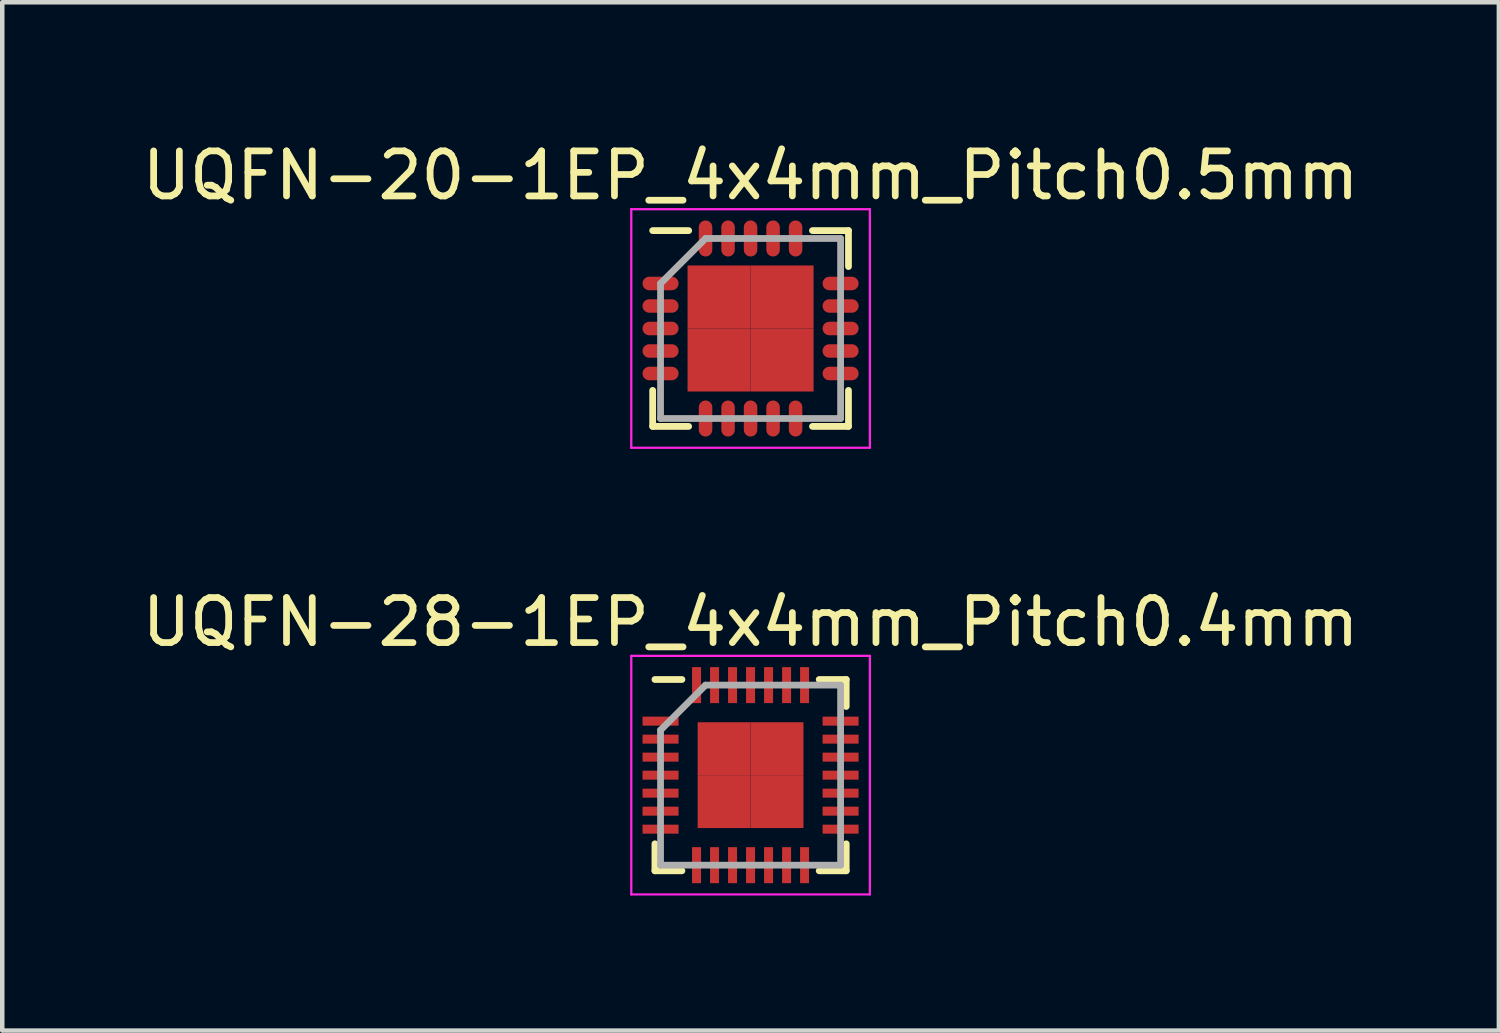
<source format=kicad_pcb>
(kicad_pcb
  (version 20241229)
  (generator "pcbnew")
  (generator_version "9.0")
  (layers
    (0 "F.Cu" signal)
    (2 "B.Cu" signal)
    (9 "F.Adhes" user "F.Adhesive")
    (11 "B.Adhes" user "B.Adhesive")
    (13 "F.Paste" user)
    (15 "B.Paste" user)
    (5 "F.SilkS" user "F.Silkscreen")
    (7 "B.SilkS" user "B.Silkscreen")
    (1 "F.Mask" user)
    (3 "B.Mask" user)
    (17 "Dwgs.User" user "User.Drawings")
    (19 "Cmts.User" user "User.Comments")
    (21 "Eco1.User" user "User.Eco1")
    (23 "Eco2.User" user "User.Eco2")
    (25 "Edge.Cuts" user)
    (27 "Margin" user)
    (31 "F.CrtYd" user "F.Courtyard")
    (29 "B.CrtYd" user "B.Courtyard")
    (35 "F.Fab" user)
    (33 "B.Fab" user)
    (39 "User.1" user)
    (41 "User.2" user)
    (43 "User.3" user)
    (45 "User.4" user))
  (footprint "UQFN-20-1EP_4x4mm_Pitch0.5mm"
    (layer "F.Cu")
    (at 13.625 4.248)
    (property "Reference" "UQFN-20-1EP_4x4mm_Pitch0.5mm" (at 0 -3.4 0) (layer "F.SilkS") (effects (font (size 1 1) (thickness 0.15))))
    (attr smd)
    (fp_line (start -2.175 -2.175) (end -1.375 -2.175) (stroke (width 0.15) (type solid)) (layer "F.SilkS"))
    (fp_line (start -2.175 2.175) (end -2.175 1.375) (stroke (width 0.15) (type solid)) (layer "F.SilkS"))
    (fp_line (start -2.175 2.175) (end -1.375 2.175) (stroke (width 0.15) (type solid)) (layer "F.SilkS"))
    (fp_line (start 2.175 -2.175) (end 1.375 -2.175) (stroke (width 0.15) (type solid)) (layer "F.SilkS"))
    (fp_line (start 2.175 -2.175) (end 2.175 -1.375) (stroke (width 0.15) (type solid)) (layer "F.SilkS"))
    (fp_line (start 2.175 2.175) (end 1.375 2.175) (stroke (width 0.15) (type solid)) (layer "F.SilkS"))
    (fp_line (start 2.175 2.175) (end 2.175 1.375) (stroke (width 0.15) (type solid)) (layer "F.SilkS"))
    (fp_line (start -2.65 -2.65) (end -2.65 2.65) (stroke (width 0.05) (type solid)) (layer "F.CrtYd"))
    (fp_line (start -2.65 -2.65) (end 2.65 -2.65) (stroke (width 0.05) (type solid)) (layer "F.CrtYd"))
    (fp_line (start -2.65 2.65) (end 2.65 2.65) (stroke (width 0.05) (type solid)) (layer "F.CrtYd"))
    (fp_line (start 2.65 -2.65) (end 2.65 2.65) (stroke (width 0.05) (type solid)) (layer "F.CrtYd"))
    (fp_line (start -2 -1) (end -1 -2) (stroke (width 0.15) (type solid)) (layer "F.Fab"))
    (fp_line (start -2 2) (end -2 -1) (stroke (width 0.15) (type solid)) (layer "F.Fab"))
    (fp_line (start -1 -2) (end 2 -2) (stroke (width 0.15) (type solid)) (layer "F.Fab"))
    (fp_line (start 2 -2) (end 2 2) (stroke (width 0.15) (type solid)) (layer "F.Fab"))
    (fp_line (start 2 2) (end -2 2) (stroke (width 0.15) (type solid)) (layer "F.Fab"))
    (pad "1" smd oval (at -2 -1) (size 0.8 0.3) (layers "F.Cu" "F.Mask" "F.Paste"))
    (pad "2" smd oval (at -2 -0.5) (size 0.8 0.3) (layers "F.Cu" "F.Mask" "F.Paste"))
    (pad "3" smd oval (at -2 0) (size 0.8 0.3) (layers "F.Cu" "F.Mask" "F.Paste"))
    (pad "4" smd oval (at -2 0.5) (size 0.8 0.3) (layers "F.Cu" "F.Mask" "F.Paste"))
    (pad "5" smd oval (at -2 1) (size 0.8 0.3) (layers "F.Cu" "F.Mask" "F.Paste"))
    (pad "6" smd oval (at -1 2 90) (size 0.8 0.3) (layers "F.Cu" "F.Mask" "F.Paste"))
    (pad "7" smd oval (at -0.5 2 90) (size 0.8 0.3) (layers "F.Cu" "F.Mask" "F.Paste"))
    (pad "8" smd oval (at 0 2 90) (size 0.8 0.3) (layers "F.Cu" "F.Mask" "F.Paste"))
    (pad "9" smd oval (at 0.5 2 90) (size 0.8 0.3) (layers "F.Cu" "F.Mask" "F.Paste"))
    (pad "10" smd oval (at 1 2 90) (size 0.8 0.3) (layers "F.Cu" "F.Mask" "F.Paste"))
    (pad "11" smd oval (at 2 1) (size 0.8 0.3) (layers "F.Cu" "F.Mask" "F.Paste"))
    (pad "12" smd oval (at 2 0.5) (size 0.8 0.3) (layers "F.Cu" "F.Mask" "F.Paste"))
    (pad "13" smd oval (at 2 0) (size 0.8 0.3) (layers "F.Cu" "F.Mask" "F.Paste"))
    (pad "14" smd oval (at 2 -0.5) (size 0.8 0.3) (layers "F.Cu" "F.Mask" "F.Paste"))
    (pad "15" smd oval (at 2 -1) (size 0.8 0.3) (layers "F.Cu" "F.Mask" "F.Paste"))
    (pad "16" smd oval (at 1 -2 90) (size 0.8 0.3) (layers "F.Cu" "F.Mask" "F.Paste"))
    (pad "17" smd oval (at 0.5 -2 90) (size 0.8 0.3) (layers "F.Cu" "F.Mask" "F.Paste"))
    (pad "18" smd oval (at 0 -2 90) (size 0.8 0.3) (layers "F.Cu" "F.Mask" "F.Paste"))
    (pad "19" smd oval (at -0.5 -2 90) (size 0.8 0.3) (layers "F.Cu" "F.Mask" "F.Paste"))
    (pad "20" smd oval (at -1 -2 90) (size 0.8 0.3) (layers "F.Cu" "F.Mask" "F.Paste"))
    (pad "21" smd rect (at -0.7 -0.7) (size 1.4 1.4) (layers "F.Cu" "F.Mask" "F.Paste"))
    (pad "21" smd rect (at -0.7 0.7) (size 1.4 1.4) (layers "F.Cu" "F.Mask" "F.Paste"))
    (pad "21" smd rect (at 0.7 -0.7) (size 1.4 1.4) (layers "F.Cu" "F.Mask" "F.Paste"))
    (pad "21" smd rect (at 0.7 0.7) (size 1.4 1.4) (layers "F.Cu" "F.Mask" "F.Paste")))
  (footprint "UQFN-28-1EP_4x4mm_Pitch0.4mm"
    (layer "F.Cu")
    (at 13.625 14.171)
    (property "Reference" "UQFN-28-1EP_4x4mm_Pitch0.4mm" (at 0 -3.4 0) (layer "F.SilkS") (effects (font (size 1 1) (thickness 0.15))))
    (attr smd)
    (fp_line (start -2.125 -2.125) (end -1.525 -2.125) (stroke (width 0.15) (type solid)) (layer "F.SilkS"))
    (fp_line (start -2.125 2.125) (end -2.125 1.525) (stroke (width 0.15) (type solid)) (layer "F.SilkS"))
    (fp_line (start -2.125 2.125) (end -1.525 2.125) (stroke (width 0.15) (type solid)) (layer "F.SilkS"))
    (fp_line (start 2.125 -2.125) (end 1.525 -2.125) (stroke (width 0.15) (type solid)) (layer "F.SilkS"))
    (fp_line (start 2.125 -2.125) (end 2.125 -1.525) (stroke (width 0.15) (type solid)) (layer "F.SilkS"))
    (fp_line (start 2.125 2.125) (end 1.525 2.125) (stroke (width 0.15) (type solid)) (layer "F.SilkS"))
    (fp_line (start 2.125 2.125) (end 2.125 1.525) (stroke (width 0.15) (type solid)) (layer "F.SilkS"))
    (fp_line (start -2.65 -2.65) (end -2.65 2.65) (stroke (width 0.05) (type solid)) (layer "F.CrtYd"))
    (fp_line (start -2.65 -2.65) (end 2.65 -2.65) (stroke (width 0.05) (type solid)) (layer "F.CrtYd"))
    (fp_line (start -2.65 2.65) (end 2.65 2.65) (stroke (width 0.05) (type solid)) (layer "F.CrtYd"))
    (fp_line (start 2.65 -2.65) (end 2.65 2.65) (stroke (width 0.05) (type solid)) (layer "F.CrtYd"))
    (fp_line (start -2 -1) (end -1 -2) (stroke (width 0.15) (type solid)) (layer "F.Fab"))
    (fp_line (start -2 2) (end -2 -1) (stroke (width 0.15) (type solid)) (layer "F.Fab"))
    (fp_line (start -1 -2) (end 2 -2) (stroke (width 0.15) (type solid)) (layer "F.Fab"))
    (fp_line (start 2 -2) (end 2 2) (stroke (width 0.15) (type solid)) (layer "F.Fab"))
    (fp_line (start 2 2) (end -2 2) (stroke (width 0.15) (type solid)) (layer "F.Fab"))
    (pad "1" smd rect (at -2 -1.2) (size 0.8 0.2) (layers "F.Cu" "F.Mask" "F.Paste"))
    (pad "2" smd rect (at -2 -0.8) (size 0.8 0.2) (layers "F.Cu" "F.Mask" "F.Paste"))
    (pad "3" smd rect (at -2 -0.4) (size 0.8 0.2) (layers "F.Cu" "F.Mask" "F.Paste"))
    (pad "4" smd rect (at -2 0) (size 0.8 0.2) (layers "F.Cu" "F.Mask" "F.Paste"))
    (pad "5" smd rect (at -2 0.4) (size 0.8 0.2) (layers "F.Cu" "F.Mask" "F.Paste"))
    (pad "6" smd rect (at -2 0.8) (size 0.8 0.2) (layers "F.Cu" "F.Mask" "F.Paste"))
    (pad "7" smd rect (at -2 1.2) (size 0.8 0.2) (layers "F.Cu" "F.Mask" "F.Paste"))
    (pad "8" smd rect (at -1.2 2 90) (size 0.8 0.2) (layers "F.Cu" "F.Mask" "F.Paste"))
    (pad "9" smd rect (at -0.8 2 90) (size 0.8 0.2) (layers "F.Cu" "F.Mask" "F.Paste"))
    (pad "10" smd rect (at -0.4 2 90) (size 0.8 0.2) (layers "F.Cu" "F.Mask" "F.Paste"))
    (pad "11" smd rect (at 0 2 90) (size 0.8 0.2) (layers "F.Cu" "F.Mask" "F.Paste"))
    (pad "12" smd rect (at 0.4 2 90) (size 0.8 0.2) (layers "F.Cu" "F.Mask" "F.Paste"))
    (pad "13" smd rect (at 0.8 2 90) (size 0.8 0.2) (layers "F.Cu" "F.Mask" "F.Paste"))
    (pad "14" smd rect (at 1.2 2 90) (size 0.8 0.2) (layers "F.Cu" "F.Mask" "F.Paste"))
    (pad "15" smd rect (at 2 1.2) (size 0.8 0.2) (layers "F.Cu" "F.Mask" "F.Paste"))
    (pad "16" smd rect (at 2 0.8) (size 0.8 0.2) (layers "F.Cu" "F.Mask" "F.Paste"))
    (pad "17" smd rect (at 2 0.4) (size 0.8 0.2) (layers "F.Cu" "F.Mask" "F.Paste"))
    (pad "18" smd rect (at 2 0) (size 0.8 0.2) (layers "F.Cu" "F.Mask" "F.Paste"))
    (pad "19" smd rect (at 2 -0.4) (size 0.8 0.2) (layers "F.Cu" "F.Mask" "F.Paste"))
    (pad "20" smd rect (at 2 -0.8) (size 0.8 0.2) (layers "F.Cu" "F.Mask" "F.Paste"))
    (pad "21" smd rect (at 2 -1.2) (size 0.8 0.2) (layers "F.Cu" "F.Mask" "F.Paste"))
    (pad "22" smd rect (at 1.2 -2 90) (size 0.8 0.2) (layers "F.Cu" "F.Mask" "F.Paste"))
    (pad "23" smd rect (at 0.8 -2 90) (size 0.8 0.2) (layers "F.Cu" "F.Mask" "F.Paste"))
    (pad "24" smd rect (at 0.4 -2 90) (size 0.8 0.2) (layers "F.Cu" "F.Mask" "F.Paste"))
    (pad "25" smd rect (at 0 -2 90) (size 0.8 0.2) (layers "F.Cu" "F.Mask" "F.Paste"))
    (pad "26" smd rect (at -0.4 -2 90) (size 0.8 0.2) (layers "F.Cu" "F.Mask" "F.Paste"))
    (pad "27" smd rect (at -0.8 -2 90) (size 0.8 0.2) (layers "F.Cu" "F.Mask" "F.Paste"))
    (pad "28" smd rect (at -1.2 -2 90) (size 0.8 0.2) (layers "F.Cu" "F.Mask" "F.Paste"))
    (pad "29" smd rect (at -0.588 -0.588) (size 1.175 1.175) (layers "F.Cu" "F.Mask" "F.Paste"))
    (pad "29" smd rect (at -0.588 0.588) (size 1.175 1.175) (layers "F.Cu" "F.Mask" "F.Paste"))
    (pad "29" smd rect (at 0.588 -0.588) (size 1.175 1.175) (layers "F.Cu" "F.Mask" "F.Paste"))
    (pad "29" smd rect (at 0.588 0.588) (size 1.175 1.175) (layers "F.Cu" "F.Mask" "F.Paste")))
  (gr_rect
    (start -3 -3)
    (end 30.25 19.846)
    (stroke (width 0.1) (type default))
    (fill no)
    (layer "Edge.Cuts")))
</source>
